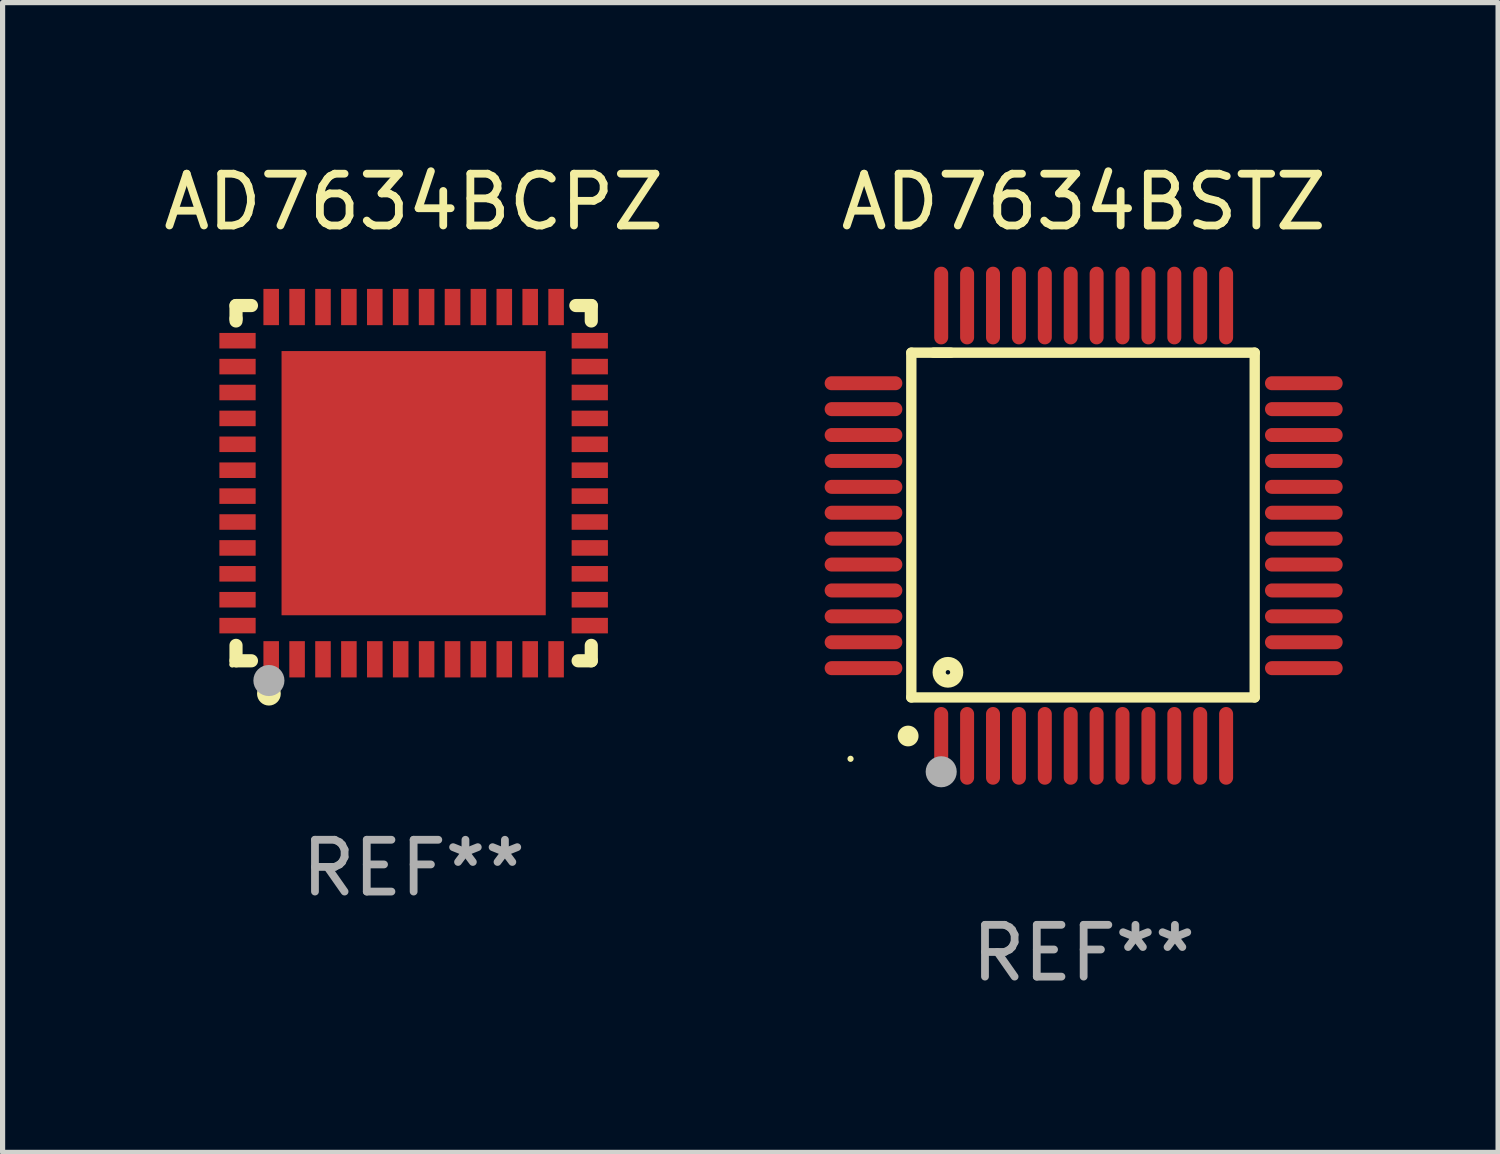
<source format=kicad_pcb>
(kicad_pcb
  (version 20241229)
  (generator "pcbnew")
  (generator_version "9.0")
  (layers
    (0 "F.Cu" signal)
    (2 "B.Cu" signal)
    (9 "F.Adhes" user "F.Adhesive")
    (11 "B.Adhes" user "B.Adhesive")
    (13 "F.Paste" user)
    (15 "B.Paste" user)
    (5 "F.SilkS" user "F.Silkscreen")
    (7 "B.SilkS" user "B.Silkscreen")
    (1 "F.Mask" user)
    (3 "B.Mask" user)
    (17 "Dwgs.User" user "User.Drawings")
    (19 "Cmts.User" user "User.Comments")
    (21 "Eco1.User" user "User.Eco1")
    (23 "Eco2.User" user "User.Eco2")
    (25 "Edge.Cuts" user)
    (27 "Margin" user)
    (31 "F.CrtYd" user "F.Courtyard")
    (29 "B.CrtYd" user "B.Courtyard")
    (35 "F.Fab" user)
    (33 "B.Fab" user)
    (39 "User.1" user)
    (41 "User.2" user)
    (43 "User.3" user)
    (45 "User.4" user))
  (footprint "AD7634BSTZ"
    (layer "F.Cu")
    (at 17.869 7.098)
    (property "Reference" "AD7634BSTZ" (at 0 -6.25 0) (layer "F.SilkS") (effects (font (size 1 1) (thickness 0.15))))
    (attr through_hole)
    (fp_line (start -3.327 -3.34) (end -2.565 -3.34) (stroke (width 0.2) (type solid)) (layer "F.SilkS"))
    (fp_line (start -3.327 3.315) (end -3.327 -3.34) (stroke (width 0.2) (type solid)) (layer "F.SilkS"))
    (fp_line (start -2.896 -3.34) (end 3.302 -3.34) (stroke (width 0.2) (type solid)) (layer "F.SilkS"))
    (fp_line (start 3.302 -3.34) (end 3.302 3.315) (stroke (width 0.2) (type solid)) (layer "F.SilkS"))
    (fp_line (start 3.302 3.315) (end -3.327 3.315) (stroke (width 0.2) (type solid)) (layer "F.SilkS"))
    (fp_arc (start -3.389992 4.059995) (mid -3.388722 4.059991) (end -3.387452 4.059995) (stroke (width 0.4) (type solid)) (layer "F.SilkS"))
    (fp_circle (center -4.5 4.5) (end -4.47 4.5) (stroke (width 0.06) (type solid)) (fill no) (layer "F.SilkS"))
    (fp_circle (center -2.62 2.83) (end -2.45 2.83) (stroke (width 0.254) (type solid)) (fill no) (layer "F.SilkS"))
    (fp_circle (center -2.75 4.75) (end -2.6 4.75) (stroke (width 0.3) (type solid)) (fill no) (layer "F.Fab"))
    (fp_text user "REF**" (at 0 8.25 0) (layer "F.Fab") (effects (font (size 1 1) (thickness 0.15))))
    (pad "1" smd oval (at -2.75 4.25) (size 0.27 1.5) (layers "F.Cu" "F.Mask" "F.Paste"))
    (pad "2" smd oval (at -2.25 4.25) (size 0.27 1.5) (layers "F.Cu" "F.Mask" "F.Paste"))
    (pad "3" smd oval (at -1.75 4.25) (size 0.27 1.5) (layers "F.Cu" "F.Mask" "F.Paste"))
    (pad "4" smd oval (at -1.25 4.25) (size 0.27 1.5) (layers "F.Cu" "F.Mask" "F.Paste"))
    (pad "5" smd oval (at -0.75 4.25) (size 0.27 1.5) (layers "F.Cu" "F.Mask" "F.Paste"))
    (pad "6" smd oval (at -0.25 4.25) (size 0.27 1.5) (layers "F.Cu" "F.Mask" "F.Paste"))
    (pad "7" smd oval (at 0.25 4.25) (size 0.27 1.5) (layers "F.Cu" "F.Mask" "F.Paste"))
    (pad "8" smd oval (at 0.75 4.25) (size 0.27 1.5) (layers "F.Cu" "F.Mask" "F.Paste"))
    (pad "9" smd oval (at 1.25 4.25) (size 0.27 1.5) (layers "F.Cu" "F.Mask" "F.Paste"))
    (pad "10" smd oval (at 1.75 4.25) (size 0.27 1.5) (layers "F.Cu" "F.Mask" "F.Paste"))
    (pad "11" smd oval (at 2.25 4.25) (size 0.27 1.5) (layers "F.Cu" "F.Mask" "F.Paste"))
    (pad "12" smd oval (at 2.75 4.25) (size 0.27 1.5) (layers "F.Cu" "F.Mask" "F.Paste"))
    (pad "13" smd oval (at 4.25 2.75) (size 1.5 0.27) (layers "F.Cu" "F.Mask" "F.Paste"))
    (pad "14" smd oval (at 4.25 2.25) (size 1.5 0.27) (layers "F.Cu" "F.Mask" "F.Paste"))
    (pad "15" smd oval (at 4.25 1.75) (size 1.5 0.27) (layers "F.Cu" "F.Mask" "F.Paste"))
    (pad "16" smd oval (at 4.25 1.25) (size 1.5 0.27) (layers "F.Cu" "F.Mask" "F.Paste"))
    (pad "17" smd oval (at 4.25 0.75) (size 1.5 0.27) (layers "F.Cu" "F.Mask" "F.Paste"))
    (pad "18" smd oval (at 4.25 0.25) (size 1.5 0.27) (layers "F.Cu" "F.Mask" "F.Paste"))
    (pad "19" smd oval (at 4.25 -0.25) (size 1.5 0.27) (layers "F.Cu" "F.Mask" "F.Paste"))
    (pad "20" smd oval (at 4.25 -0.75) (size 1.5 0.27) (layers "F.Cu" "F.Mask" "F.Paste"))
    (pad "21" smd oval (at 4.25 -1.25) (size 1.5 0.27) (layers "F.Cu" "F.Mask" "F.Paste"))
    (pad "22" smd oval (at 4.25 -1.75) (size 1.5 0.27) (layers "F.Cu" "F.Mask" "F.Paste"))
    (pad "23" smd oval (at 4.25 -2.25) (size 1.5 0.27) (layers "F.Cu" "F.Mask" "F.Paste"))
    (pad "24" smd oval (at 4.25 -2.75) (size 1.5 0.27) (layers "F.Cu" "F.Mask" "F.Paste"))
    (pad "25" smd oval (at 2.75 -4.25) (size 0.27 1.5) (layers "F.Cu" "F.Mask" "F.Paste"))
    (pad "26" smd oval (at 2.25 -4.25) (size 0.27 1.5) (layers "F.Cu" "F.Mask" "F.Paste"))
    (pad "27" smd oval (at 1.75 -4.25) (size 0.27 1.5) (layers "F.Cu" "F.Mask" "F.Paste"))
    (pad "28" smd oval (at 1.25 -4.25) (size 0.27 1.5) (layers "F.Cu" "F.Mask" "F.Paste"))
    (pad "29" smd oval (at 0.75 -4.25) (size 0.27 1.5) (layers "F.Cu" "F.Mask" "F.Paste"))
    (pad "30" smd oval (at 0.25 -4.25) (size 0.27 1.5) (layers "F.Cu" "F.Mask" "F.Paste"))
    (pad "31" smd oval (at -0.25 -4.25) (size 0.27 1.5) (layers "F.Cu" "F.Mask" "F.Paste"))
    (pad "32" smd oval (at -0.75 -4.25) (size 0.27 1.5) (layers "F.Cu" "F.Mask" "F.Paste"))
    (pad "33" smd oval (at -1.25 -4.25) (size 0.27 1.5) (layers "F.Cu" "F.Mask" "F.Paste"))
    (pad "34" smd oval (at -1.75 -4.25) (size 0.27 1.5) (layers "F.Cu" "F.Mask" "F.Paste"))
    (pad "35" smd oval (at -2.25 -4.25) (size 0.27 1.5) (layers "F.Cu" "F.Mask" "F.Paste"))
    (pad "36" smd oval (at -2.75 -4.25) (size 0.27 1.5) (layers "F.Cu" "F.Mask" "F.Paste"))
    (pad "37" smd oval (at -4.25 -2.75) (size 1.5 0.27) (layers "F.Cu" "F.Mask" "F.Paste"))
    (pad "38" smd oval (at -4.25 -2.25) (size 1.5 0.27) (layers "F.Cu" "F.Mask" "F.Paste"))
    (pad "39" smd oval (at -4.25 -1.75) (size 1.5 0.27) (layers "F.Cu" "F.Mask" "F.Paste"))
    (pad "40" smd oval (at -4.25 -1.25) (size 1.5 0.27) (layers "F.Cu" "F.Mask" "F.Paste"))
    (pad "41" smd oval (at -4.25 -0.75) (size 1.5 0.27) (layers "F.Cu" "F.Mask" "F.Paste"))
    (pad "42" smd oval (at -4.25 -0.25) (size 1.5 0.27) (layers "F.Cu" "F.Mask" "F.Paste"))
    (pad "43" smd oval (at -4.25 0.25) (size 1.5 0.27) (layers "F.Cu" "F.Mask" "F.Paste"))
    (pad "44" smd oval (at -4.25 0.75) (size 1.5 0.27) (layers "F.Cu" "F.Mask" "F.Paste"))
    (pad "45" smd oval (at -4.25 1.25) (size 1.5 0.27) (layers "F.Cu" "F.Mask" "F.Paste"))
    (pad "46" smd oval (at -4.25 1.75) (size 1.5 0.27) (layers "F.Cu" "F.Mask" "F.Paste"))
    (pad "47" smd oval (at -4.25 2.25) (size 1.5 0.27) (layers "F.Cu" "F.Mask" "F.Paste"))
    (pad "48" smd oval (at -4.25 2.75) (size 1.5 0.27) (layers "F.Cu" "F.Mask" "F.Paste")))
  (footprint "AD7634BCPZ"
    (layer "F.Cu")
    (at 4.935 6.277)
    (property "Reference" "AD7634BCPZ" (at 0 -5.429 0) (layer "F.SilkS") (effects (font (size 1 1) (thickness 0.15))))
    (attr through_hole)
    (fp_line (start -3.429 -3.429) (end -3.429 -3.175) (stroke (width 0.254) (type solid)) (layer "F.SilkS"))
    (fp_line (start -3.429 -3.175) (end -3.429 -3.131) (stroke (width 0.254) (type solid)) (layer "F.SilkS"))
    (fp_line (start -3.429 3.131) (end -3.429 3.429) (stroke (width 0.254) (type solid)) (layer "F.SilkS"))
    (fp_line (start -3.429 3.429) (end -3.131 3.429) (stroke (width 0.254) (type solid)) (layer "F.SilkS"))
    (fp_line (start -3.131 -3.429) (end -3.429 -3.429) (stroke (width 0.254) (type solid)) (layer "F.SilkS"))
    (fp_line (start 3.131 -3.429) (end 3.429 -3.429) (stroke (width 0.254) (type solid)) (layer "F.SilkS"))
    (fp_line (start 3.429 -3.429) (end 3.429 -3.131) (stroke (width 0.254) (type solid)) (layer "F.SilkS"))
    (fp_line (start 3.429 3.131) (end 3.429 3.429) (stroke (width 0.254) (type solid)) (layer "F.SilkS"))
    (fp_line (start 3.429 3.429) (end 3.175 3.429) (stroke (width 0.254) (type solid)) (layer "F.SilkS"))
    (fp_circle (center -3.5 3.5) (end -3.47 3.5) (stroke (width 0.06) (type solid)) (fill no) (layer "F.SilkS"))
    (fp_circle (center -2.794 4.064) (end -2.667 4.064) (stroke (width 0.204) (type solid)) (fill no) (layer "F.SilkS"))
    (fp_circle (center -2.794 3.81) (end -2.644 3.81) (stroke (width 0.3) (type solid)) (fill no) (layer "F.Fab"))
    (fp_text user "REF**" (at 0 7.429 0) (layer "F.Fab") (effects (font (size 1 1) (thickness 0.15))))
    (pad "1" smd rect (at -2.75 3.4) (size 0.3 0.7) (layers "F.Cu" "F.Mask" "F.Paste"))
    (pad "2" smd rect (at -2.25 3.4) (size 0.3 0.7) (layers "F.Cu" "F.Mask" "F.Paste"))
    (pad "3" smd rect (at -1.75 3.4) (size 0.3 0.7) (layers "F.Cu" "F.Mask" "F.Paste"))
    (pad "4" smd rect (at -1.25 3.4) (size 0.3 0.7) (layers "F.Cu" "F.Mask" "F.Paste"))
    (pad "5" smd rect (at -0.75 3.4) (size 0.3 0.7) (layers "F.Cu" "F.Mask" "F.Paste"))
    (pad "6" smd rect (at -0.25 3.4) (size 0.3 0.7) (layers "F.Cu" "F.Mask" "F.Paste"))
    (pad "7" smd rect (at 0.25 3.4) (size 0.3 0.7) (layers "F.Cu" "F.Mask" "F.Paste"))
    (pad "8" smd rect (at 0.75 3.4) (size 0.3 0.7) (layers "F.Cu" "F.Mask" "F.Paste"))
    (pad "9" smd rect (at 1.25 3.4) (size 0.3 0.7) (layers "F.Cu" "F.Mask" "F.Paste"))
    (pad "10" smd rect (at 1.75 3.4) (size 0.3 0.7) (layers "F.Cu" "F.Mask" "F.Paste"))
    (pad "11" smd rect (at 2.25 3.4) (size 0.3 0.7) (layers "F.Cu" "F.Mask" "F.Paste"))
    (pad "12" smd rect (at 2.75 3.4) (size 0.3 0.7) (layers "F.Cu" "F.Mask" "F.Paste"))
    (pad "13" smd rect (at 3.4 2.75) (size 0.7 0.3) (layers "F.Cu" "F.Mask" "F.Paste"))
    (pad "14" smd rect (at 3.4 2.25) (size 0.7 0.3) (layers "F.Cu" "F.Mask" "F.Paste"))
    (pad "15" smd rect (at 3.4 1.75) (size 0.7 0.3) (layers "F.Cu" "F.Mask" "F.Paste"))
    (pad "16" smd rect (at 3.4 1.25) (size 0.7 0.3) (layers "F.Cu" "F.Mask" "F.Paste"))
    (pad "17" smd rect (at 3.4 0.75) (size 0.7 0.3) (layers "F.Cu" "F.Mask" "F.Paste"))
    (pad "18" smd rect (at 3.4 0.25) (size 0.7 0.3) (layers "F.Cu" "F.Mask" "F.Paste"))
    (pad "19" smd rect (at 3.4 -0.25) (size 0.7 0.3) (layers "F.Cu" "F.Mask" "F.Paste"))
    (pad "20" smd rect (at 3.4 -0.75) (size 0.7 0.3) (layers "F.Cu" "F.Mask" "F.Paste"))
    (pad "21" smd rect (at 3.4 -1.25) (size 0.7 0.3) (layers "F.Cu" "F.Mask" "F.Paste"))
    (pad "22" smd rect (at 3.4 -1.75) (size 0.7 0.3) (layers "F.Cu" "F.Mask" "F.Paste"))
    (pad "23" smd rect (at 3.4 -2.25) (size 0.7 0.3) (layers "F.Cu" "F.Mask" "F.Paste"))
    (pad "24" smd rect (at 3.4 -2.75) (size 0.7 0.3) (layers "F.Cu" "F.Mask" "F.Paste"))
    (pad "25" smd rect (at 2.75 -3.4) (size 0.3 0.7) (layers "F.Cu" "F.Mask" "F.Paste"))
    (pad "26" smd rect (at 2.25 -3.4) (size 0.3 0.7) (layers "F.Cu" "F.Mask" "F.Paste"))
    (pad "27" smd rect (at 1.75 -3.4) (size 0.3 0.7) (layers "F.Cu" "F.Mask" "F.Paste"))
    (pad "28" smd rect (at 1.25 -3.4) (size 0.3 0.7) (layers "F.Cu" "F.Mask" "F.Paste"))
    (pad "29" smd rect (at 0.75 -3.4) (size 0.3 0.7) (layers "F.Cu" "F.Mask" "F.Paste"))
    (pad "30" smd rect (at 0.25 -3.4) (size 0.3 0.7) (layers "F.Cu" "F.Mask" "F.Paste"))
    (pad "31" smd rect (at -0.25 -3.4) (size 0.3 0.7) (layers "F.Cu" "F.Mask" "F.Paste"))
    (pad "32" smd rect (at -0.75 -3.4) (size 0.3 0.7) (layers "F.Cu" "F.Mask" "F.Paste"))
    (pad "33" smd rect (at -1.25 -3.4) (size 0.3 0.7) (layers "F.Cu" "F.Mask" "F.Paste"))
    (pad "34" smd rect (at -1.75 -3.4) (size 0.3 0.7) (layers "F.Cu" "F.Mask" "F.Paste"))
    (pad "35" smd rect (at -2.25 -3.4) (size 0.3 0.7) (layers "F.Cu" "F.Mask" "F.Paste"))
    (pad "36" smd rect (at -2.75 -3.4) (size 0.3 0.7) (layers "F.Cu" "F.Mask" "F.Paste"))
    (pad "37" smd rect (at -3.4 -2.75) (size 0.7 0.3) (layers "F.Cu" "F.Mask" "F.Paste"))
    (pad "38" smd rect (at -3.4 -2.25) (size 0.7 0.3) (layers "F.Cu" "F.Mask" "F.Paste"))
    (pad "39" smd rect (at -3.4 -1.75) (size 0.7 0.3) (layers "F.Cu" "F.Mask" "F.Paste"))
    (pad "40" smd rect (at -3.4 -1.25) (size 0.7 0.3) (layers "F.Cu" "F.Mask" "F.Paste"))
    (pad "41" smd rect (at -3.4 -0.75) (size 0.7 0.3) (layers "F.Cu" "F.Mask" "F.Paste"))
    (pad "42" smd rect (at -3.4 -0.25) (size 0.7 0.3) (layers "F.Cu" "F.Mask" "F.Paste"))
    (pad "43" smd rect (at -3.4 0.25) (size 0.7 0.3) (layers "F.Cu" "F.Mask" "F.Paste"))
    (pad "44" smd rect (at -3.4 0.75) (size 0.7 0.3) (layers "F.Cu" "F.Mask" "F.Paste"))
    (pad "45" smd rect (at -3.4 1.25) (size 0.7 0.3) (layers "F.Cu" "F.Mask" "F.Paste"))
    (pad "46" smd rect (at -3.4 1.75) (size 0.7 0.3) (layers "F.Cu" "F.Mask" "F.Paste"))
    (pad "47" smd rect (at -3.4 2.25) (size 0.7 0.3) (layers "F.Cu" "F.Mask" "F.Paste"))
    (pad "48" smd rect (at -3.4 2.75) (size 0.7 0.3) (layers "F.Cu" "F.Mask" "F.Paste"))
    (pad "49" smd rect (at 0 0) (size 5.1 5.1) (layers "F.Cu" "F.Mask" "F.Paste")))
  (gr_rect
    (start -3 -3)
    (end 25.869 19.196)
    (stroke (width 0.1) (type default))
    (fill no)
    (layer "Edge.Cuts")))
</source>
